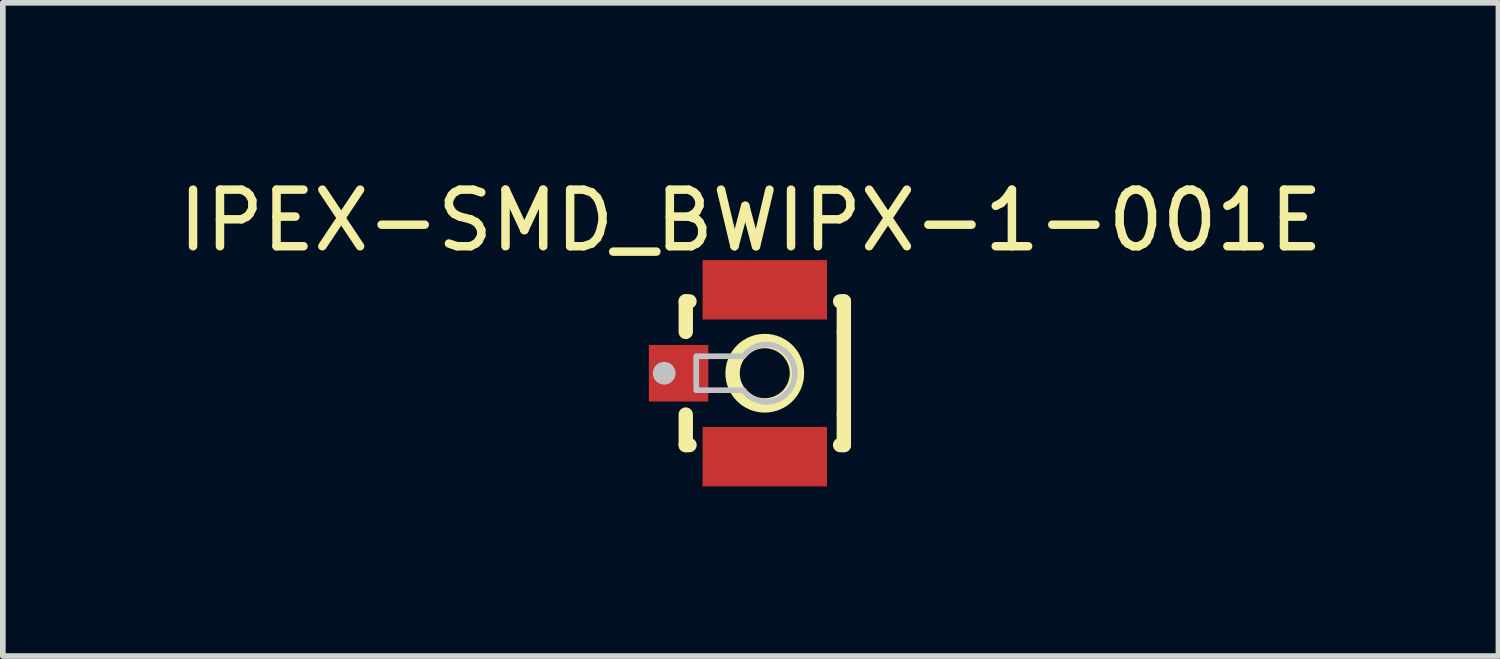
<source format=kicad_pcb>
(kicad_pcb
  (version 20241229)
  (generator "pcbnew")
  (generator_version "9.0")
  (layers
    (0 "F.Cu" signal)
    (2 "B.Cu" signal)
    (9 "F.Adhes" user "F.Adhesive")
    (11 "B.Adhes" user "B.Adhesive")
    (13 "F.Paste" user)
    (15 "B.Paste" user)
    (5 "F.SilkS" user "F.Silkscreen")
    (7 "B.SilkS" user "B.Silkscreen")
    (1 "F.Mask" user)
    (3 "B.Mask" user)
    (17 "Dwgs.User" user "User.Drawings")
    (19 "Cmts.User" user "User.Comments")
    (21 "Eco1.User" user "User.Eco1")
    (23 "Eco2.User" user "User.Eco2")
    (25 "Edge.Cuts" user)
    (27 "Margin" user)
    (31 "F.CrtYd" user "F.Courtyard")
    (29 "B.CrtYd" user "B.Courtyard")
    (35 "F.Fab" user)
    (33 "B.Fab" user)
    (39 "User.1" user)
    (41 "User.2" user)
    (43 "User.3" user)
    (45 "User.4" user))
  (footprint "IPEX-SMD_BWIPX-1-001E"
    (layer "F.Cu")
    (at 9.708 3.548)
    (property "Reference" "IPEX-SMD_BWIPX-1-001E" (at 0.512 -2.7 0) (layer "F.SilkS") (effects (font (size 1 1) (thickness 0.15))))
    (fp_line (start -0.635 -1.27) (end -0.635 -0.731) (stroke (width 0.254) (type default)) (layer "F.SilkS"))
    (fp_line (start -0.635 0.731) (end -0.635 1.27) (stroke (width 0.254) (type default)) (layer "F.SilkS"))
    (fp_line (start -0.635 1.27) (end -0.569 1.27) (stroke (width 0.254) (type default)) (layer "F.SilkS"))
    (fp_line (start -0.569 -1.27) (end -0.635 -1.27) (stroke (width 0.254) (type default)) (layer "F.SilkS"))
    (fp_line (start 2.094 1.27) (end 2.16 1.27) (stroke (width 0.254) (type default)) (layer "F.SilkS"))
    (fp_line (start 2.16 -1.27) (end 2.094 -1.27) (stroke (width 0.254) (type default)) (layer "F.SilkS"))
    (fp_line (start 2.16 -0.731) (end 2.16 -1.27) (stroke (width 0.254) (type default)) (layer "F.SilkS"))
    (fp_line (start 2.16 -0.731) (end 2.16 0.731) (stroke (width 0.254) (type default)) (layer "F.SilkS"))
    (fp_line (start 2.16 1.27) (end 2.16 0.731) (stroke (width 0.254) (type default)) (layer "F.SilkS"))
    (fp_circle (center 0.762 0) (end 1.331 0) (stroke (width 0.254) (type default)) (fill no) (layer "F.SilkS"))
    (fp_circle (center -1.016 0) (end -0.915 0) (stroke (width 0.2) (type default)) (fill no) (layer "Dwgs.User"))
    (fp_poly (pts (arc (start 1.2935 0) (mid 1.14471 0.35921) (end 0.7855 0.508)) (arc (start 0.7855 0.508) (mid 0.561144 0.450823) (end 0.3855 0.3)) (xy -0.45 0.3) (xy -0.45 -0.3) (arc (start 0.3855 -0.3) (mid 0.561173 -0.450767) (end 0.7855 -0.508)) (arc (start 0.7855 -0.508) (mid 1.14471 -0.35921) (end 1.2935 0))) (stroke (width 0.1) (type default)) (fill no) (layer "Dwgs.User"))
    (fp_poly (pts (xy -0.438 -0.3) (xy -0.438 0.3) (xy -0.787 0.3) (xy -0.787 -0.3)) (stroke (width 0.1) (type default)) (fill no) (layer "User.1"))
    (fp_poly (pts (xy 1.663 -1.1) (xy -0.138 -1.1) (xy -0.138 -1.5) (xy 1.663 -1.5)) (stroke (width 0.1) (type default)) (fill no) (layer "User.1"))
    (fp_poly (pts (xy 1.663 1.5) (xy -0.138 1.5) (xy -0.138 1.1) (xy 1.663 1.1)) (stroke (width 0.1) (type default)) (fill no) (layer "User.1"))
    (fp_poly (pts (xy 2 -0.3) (xy 2.312 -0.3) (xy 2.312 0.3) (xy 2 0.3)) (stroke (width 0.1) (type default)) (fill no) (layer "User.1"))
    (fp_poly (pts (arc (start 1.2935 0) (mid 1.14471 0.35921) (end 0.7855 0.508)) (arc (start 0.7855 0.508) (mid 0.561144 0.450823) (end 0.3855 0.3)) (xy -0.45 0.3) (xy -0.45 -0.3) (arc (start 0.3855 -0.3) (mid 0.561173 -0.450767) (end 0.7855 -0.508)) (arc (start 0.7855 -0.508) (mid 1.14471 -0.35921) (end 1.2935 0))) (stroke (width 0.1) (type default)) (fill no) (layer "User.1"))
    (fp_line (start -0.537 -1.3) (end 2.062 -1.3) (stroke (width 0.051) (type default)) (layer "User.2"))
    (fp_line (start -0.537 1.3) (end -0.537 -1.3) (stroke (width 0.051) (type default)) (layer "User.2"))
    (fp_line (start 2.062 -1.3) (end 2.062 1.3) (stroke (width 0.051) (type default)) (layer "User.2"))
    (fp_line (start 2.062 1.3) (end -0.537 1.3) (stroke (width 0.051) (type default)) (layer "User.2"))
    (fp_poly (pts (xy -0.732 1.477) (xy -0.765 1.445) (xy -0.81 1.445) (xy -0.843 1.477) (xy -0.843 1.523) (xy -0.81 1.555) (xy -0.765 1.555) (xy -0.732 1.523)) (stroke (width 0.1) (type default)) (fill no) (layer "User.3"))
    (pad "1" smd rect (at -0.762 0 180) (size 1.05 1) (layers "F.Cu" "F.Mask" "F.Paste"))
    (pad "2" smd rect (at 0.762 1.475 180) (size 2.2 1.05) (layers "F.Cu" "F.Mask" "F.Paste"))
    (pad "3" smd rect (at 0.762 -1.475 180) (size 2.2 1.05) (layers "F.Cu" "F.Mask" "F.Paste")))
  (gr_rect
    (start -3 -3)
    (end 23.44 8.548)
    (stroke (width 0.1) (type default))
    (fill no)
    (layer "Edge.Cuts")))
</source>
